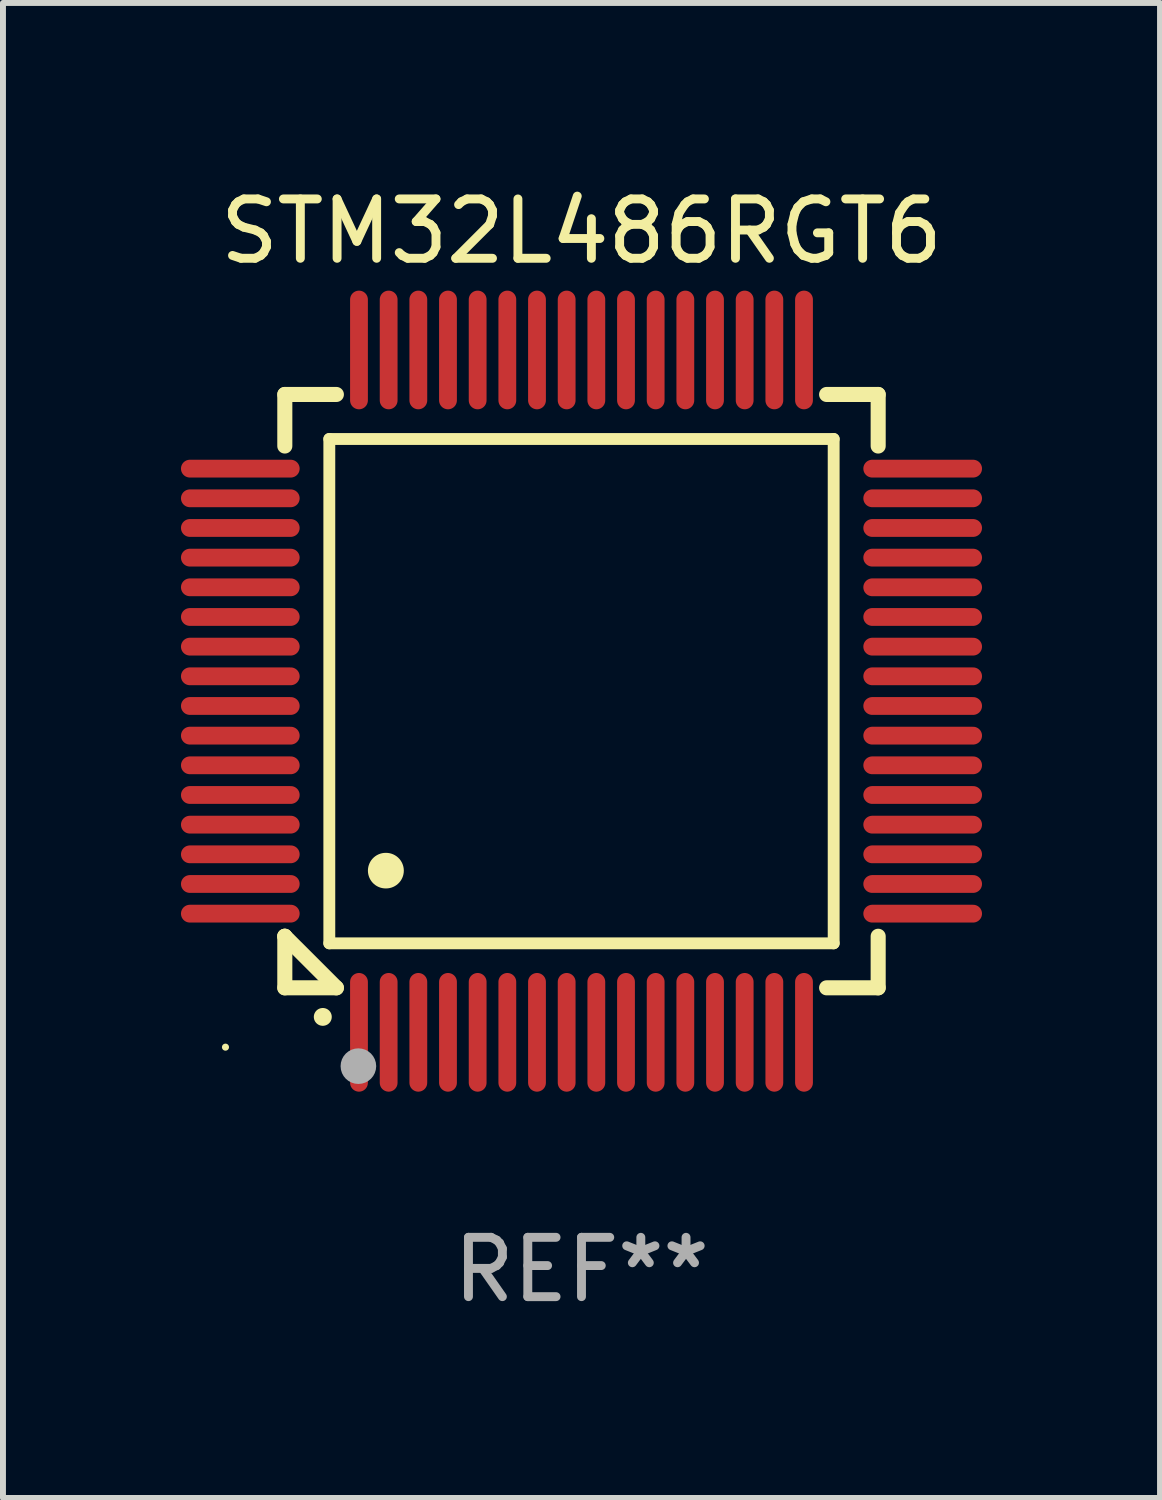
<source format=kicad_pcb>
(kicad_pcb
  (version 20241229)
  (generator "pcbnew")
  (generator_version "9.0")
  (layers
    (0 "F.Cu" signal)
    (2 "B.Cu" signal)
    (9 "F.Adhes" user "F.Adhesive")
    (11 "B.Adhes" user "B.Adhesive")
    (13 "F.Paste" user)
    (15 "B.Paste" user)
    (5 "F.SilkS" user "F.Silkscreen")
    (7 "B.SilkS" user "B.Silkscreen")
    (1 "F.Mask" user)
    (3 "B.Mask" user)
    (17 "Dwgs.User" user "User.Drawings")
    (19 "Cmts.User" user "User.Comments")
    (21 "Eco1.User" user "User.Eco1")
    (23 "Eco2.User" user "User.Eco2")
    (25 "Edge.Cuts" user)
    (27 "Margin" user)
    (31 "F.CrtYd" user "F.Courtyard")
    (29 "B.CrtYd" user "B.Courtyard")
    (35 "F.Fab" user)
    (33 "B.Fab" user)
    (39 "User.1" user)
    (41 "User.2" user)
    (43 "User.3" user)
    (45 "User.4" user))
  (footprint "STM32L486RGT6"
    (layer "F.Cu")
    (at 6.75 8.598)
    (property "Reference" "STM32L486RGT6" (at 0 -7.75 0) (layer "F.SilkS") (effects (font (size 1 1) (thickness 0.15))))
    (attr through_hole)
    (fp_line (start -5 -5) (end -4.131 -5) (stroke (width 0.254) (type solid)) (layer "F.SilkS"))
    (fp_line (start -5 -4.131) (end -5 -5) (stroke (width 0.254) (type solid)) (layer "F.SilkS"))
    (fp_line (start -5 4.131) (end -5 4.131) (stroke (width 0.254) (type solid)) (layer "F.SilkS"))
    (fp_line (start -5 5) (end -5 4.131) (stroke (width 0.254) (type solid)) (layer "F.SilkS"))
    (fp_line (start -5 4.131) (end -4.131 5) (stroke (width 0.254) (type solid)) (layer "F.SilkS"))
    (fp_line (start -4.25 -4.25) (end -4.25 4.25) (stroke (width 0.2) (type solid)) (layer "F.SilkS"))
    (fp_line (start -4.25 4.25) (end 4.25 4.25) (stroke (width 0.2) (type solid)) (layer "F.SilkS"))
    (fp_line (start -4.131 5) (end -5 5) (stroke (width 0.254) (type solid)) (layer "F.SilkS"))
    (fp_line (start 4.25 -4.25) (end -4.25 -4.25) (stroke (width 0.2) (type solid)) (layer "F.SilkS"))
    (fp_line (start 4.25 4.25) (end 4.25 -4.25) (stroke (width 0.2) (type solid)) (layer "F.SilkS"))
    (fp_line (start 5 -5) (end 4.131 -5) (stroke (width 0.254) (type solid)) (layer "F.SilkS"))
    (fp_line (start 5 -5) (end 5 -4.131) (stroke (width 0.254) (type solid)) (layer "F.SilkS"))
    (fp_line (start 5 4.131) (end 5 5) (stroke (width 0.254) (type solid)) (layer "F.SilkS"))
    (fp_line (start 5 5) (end 4.131 5) (stroke (width 0.254) (type solid)) (layer "F.SilkS"))
    (fp_arc (start -4.361265 5.489992) (mid -4.359995 5.489987) (end -4.358725 5.489992) (stroke (width 0.3) (type solid)) (layer "F.SilkS"))
    (fp_arc (start -3.299467 3.025146) (mid -3.296927 3.025135) (end -3.294387 3.025146) (stroke (width 0.6) (type solid)) (layer "F.SilkS"))
    (fp_circle (center -6 6) (end -5.97 6) (stroke (width 0.06) (type solid)) (fill no) (layer "F.SilkS"))
    (fp_circle (center -3.76 6.32) (end -3.61 6.32) (stroke (width 0.3) (type solid)) (fill no) (layer "F.Fab"))
    (fp_text user "REF**" (at 0 9.75 0) (layer "F.Fab") (effects (font (size 1 1) (thickness 0.15))))
    (pad "1" smd oval (at -3.75 5.75) (size 0.3 2) (layers "F.Cu" "F.Mask" "F.Paste"))
    (pad "2" smd oval (at -3.25 5.75) (size 0.3 2) (layers "F.Cu" "F.Mask" "F.Paste"))
    (pad "3" smd oval (at -2.75 5.75) (size 0.3 2) (layers "F.Cu" "F.Mask" "F.Paste"))
    (pad "4" smd oval (at -2.25 5.75) (size 0.3 2) (layers "F.Cu" "F.Mask" "F.Paste"))
    (pad "5" smd oval (at -1.75 5.75) (size 0.3 2) (layers "F.Cu" "F.Mask" "F.Paste"))
    (pad "6" smd oval (at -1.25 5.75) (size 0.3 2) (layers "F.Cu" "F.Mask" "F.Paste"))
    (pad "7" smd oval (at -0.75 5.75) (size 0.3 2) (layers "F.Cu" "F.Mask" "F.Paste"))
    (pad "8" smd oval (at -0.25 5.75) (size 0.3 2) (layers "F.Cu" "F.Mask" "F.Paste"))
    (pad "9" smd oval (at 0.25 5.75) (size 0.3 2) (layers "F.Cu" "F.Mask" "F.Paste"))
    (pad "10" smd oval (at 0.75 5.75) (size 0.3 2) (layers "F.Cu" "F.Mask" "F.Paste"))
    (pad "11" smd oval (at 1.25 5.75) (size 0.3 2) (layers "F.Cu" "F.Mask" "F.Paste"))
    (pad "12" smd oval (at 1.75 5.75) (size 0.3 2) (layers "F.Cu" "F.Mask" "F.Paste"))
    (pad "13" smd oval (at 2.25 5.75) (size 0.3 2) (layers "F.Cu" "F.Mask" "F.Paste"))
    (pad "14" smd oval (at 2.75 5.75) (size 0.3 2) (layers "F.Cu" "F.Mask" "F.Paste"))
    (pad "15" smd oval (at 3.25 5.75) (size 0.3 2) (layers "F.Cu" "F.Mask" "F.Paste"))
    (pad "16" smd oval (at 3.75 5.75) (size 0.3 2) (layers "F.Cu" "F.Mask" "F.Paste"))
    (pad "17" smd oval (at 5.75 3.75) (size 2 0.3) (layers "F.Cu" "F.Mask" "F.Paste"))
    (pad "18" smd oval (at 5.75 3.25) (size 2 0.3) (layers "F.Cu" "F.Mask" "F.Paste"))
    (pad "19" smd oval (at 5.75 2.75) (size 2 0.3) (layers "F.Cu" "F.Mask" "F.Paste"))
    (pad "20" smd oval (at 5.75 2.25) (size 2 0.3) (layers "F.Cu" "F.Mask" "F.Paste"))
    (pad "21" smd oval (at 5.75 1.75) (size 2 0.3) (layers "F.Cu" "F.Mask" "F.Paste"))
    (pad "22" smd oval (at 5.75 1.25) (size 2 0.3) (layers "F.Cu" "F.Mask" "F.Paste"))
    (pad "23" smd oval (at 5.75 0.75) (size 2 0.3) (layers "F.Cu" "F.Mask" "F.Paste"))
    (pad "24" smd oval (at 5.75 0.25) (size 2 0.3) (layers "F.Cu" "F.Mask" "F.Paste"))
    (pad "25" smd oval (at 5.75 -0.25) (size 2 0.3) (layers "F.Cu" "F.Mask" "F.Paste"))
    (pad "26" smd oval (at 5.75 -0.75) (size 2 0.3) (layers "F.Cu" "F.Mask" "F.Paste"))
    (pad "27" smd oval (at 5.75 -1.25) (size 2 0.3) (layers "F.Cu" "F.Mask" "F.Paste"))
    (pad "28" smd oval (at 5.75 -1.75) (size 2 0.3) (layers "F.Cu" "F.Mask" "F.Paste"))
    (pad "29" smd oval (at 5.75 -2.25) (size 2 0.3) (layers "F.Cu" "F.Mask" "F.Paste"))
    (pad "30" smd oval (at 5.75 -2.75) (size 2 0.3) (layers "F.Cu" "F.Mask" "F.Paste"))
    (pad "31" smd oval (at 5.75 -3.25) (size 2 0.3) (layers "F.Cu" "F.Mask" "F.Paste"))
    (pad "32" smd oval (at 5.75 -3.75) (size 2 0.3) (layers "F.Cu" "F.Mask" "F.Paste"))
    (pad "33" smd oval (at 3.75 -5.75) (size 0.3 2) (layers "F.Cu" "F.Mask" "F.Paste"))
    (pad "34" smd oval (at 3.25 -5.75) (size 0.3 2) (layers "F.Cu" "F.Mask" "F.Paste"))
    (pad "35" smd oval (at 2.75 -5.75) (size 0.3 2) (layers "F.Cu" "F.Mask" "F.Paste"))
    (pad "36" smd oval (at 2.25 -5.75) (size 0.3 2) (layers "F.Cu" "F.Mask" "F.Paste"))
    (pad "37" smd oval (at 1.75 -5.75) (size 0.3 2) (layers "F.Cu" "F.Mask" "F.Paste"))
    (pad "38" smd oval (at 1.25 -5.75) (size 0.3 2) (layers "F.Cu" "F.Mask" "F.Paste"))
    (pad "39" smd oval (at 0.75 -5.75) (size 0.3 2) (layers "F.Cu" "F.Mask" "F.Paste"))
    (pad "40" smd oval (at 0.25 -5.75) (size 0.3 2) (layers "F.Cu" "F.Mask" "F.Paste"))
    (pad "41" smd oval (at -0.25 -5.75) (size 0.3 2) (layers "F.Cu" "F.Mask" "F.Paste"))
    (pad "42" smd oval (at -0.75 -5.75) (size 0.3 2) (layers "F.Cu" "F.Mask" "F.Paste"))
    (pad "43" smd oval (at -1.25 -5.75) (size 0.3 2) (layers "F.Cu" "F.Mask" "F.Paste"))
    (pad "44" smd oval (at -1.75 -5.75) (size 0.3 2) (layers "F.Cu" "F.Mask" "F.Paste"))
    (pad "45" smd oval (at -2.25 -5.75) (size 0.3 2) (layers "F.Cu" "F.Mask" "F.Paste"))
    (pad "46" smd oval (at -2.75 -5.75) (size 0.3 2) (layers "F.Cu" "F.Mask" "F.Paste"))
    (pad "47" smd oval (at -3.25 -5.75) (size 0.3 2) (layers "F.Cu" "F.Mask" "F.Paste"))
    (pad "48" smd oval (at -3.75 -5.75) (size 0.3 2) (layers "F.Cu" "F.Mask" "F.Paste"))
    (pad "49" smd oval (at -5.75 -3.75) (size 2 0.3) (layers "F.Cu" "F.Mask" "F.Paste"))
    (pad "50" smd oval (at -5.75 -3.25) (size 2 0.3) (layers "F.Cu" "F.Mask" "F.Paste"))
    (pad "51" smd oval (at -5.75 -2.75) (size 2 0.3) (layers "F.Cu" "F.Mask" "F.Paste"))
    (pad "52" smd oval (at -5.75 -2.25) (size 2 0.3) (layers "F.Cu" "F.Mask" "F.Paste"))
    (pad "53" smd oval (at -5.75 -1.75) (size 2 0.3) (layers "F.Cu" "F.Mask" "F.Paste"))
    (pad "54" smd oval (at -5.75 -1.25) (size 2 0.3) (layers "F.Cu" "F.Mask" "F.Paste"))
    (pad "55" smd oval (at -5.75 -0.75) (size 2 0.3) (layers "F.Cu" "F.Mask" "F.Paste"))
    (pad "56" smd oval (at -5.75 -0.25) (size 2 0.3) (layers "F.Cu" "F.Mask" "F.Paste"))
    (pad "57" smd oval (at -5.75 0.25) (size 2 0.3) (layers "F.Cu" "F.Mask" "F.Paste"))
    (pad "58" smd oval (at -5.75 0.75) (size 2 0.3) (layers "F.Cu" "F.Mask" "F.Paste"))
    (pad "59" smd oval (at -5.75 1.25) (size 2 0.3) (layers "F.Cu" "F.Mask" "F.Paste"))
    (pad "60" smd oval (at -5.75 1.75) (size 2 0.3) (layers "F.Cu" "F.Mask" "F.Paste"))
    (pad "61" smd oval (at -5.75 2.25) (size 2 0.3) (layers "F.Cu" "F.Mask" "F.Paste"))
    (pad "62" smd oval (at -5.75 2.75) (size 2 0.3) (layers "F.Cu" "F.Mask" "F.Paste"))
    (pad "63" smd oval (at -5.75 3.25) (size 2 0.3) (layers "F.Cu" "F.Mask" "F.Paste"))
    (pad "64" smd oval (at -5.75 3.75) (size 2 0.3) (layers "F.Cu" "F.Mask" "F.Paste")))
  (gr_rect
    (start -3 -3)
    (end 16.5 22.196)
    (stroke (width 0.1) (type default))
    (fill no)
    (layer "Edge.Cuts")))
</source>
